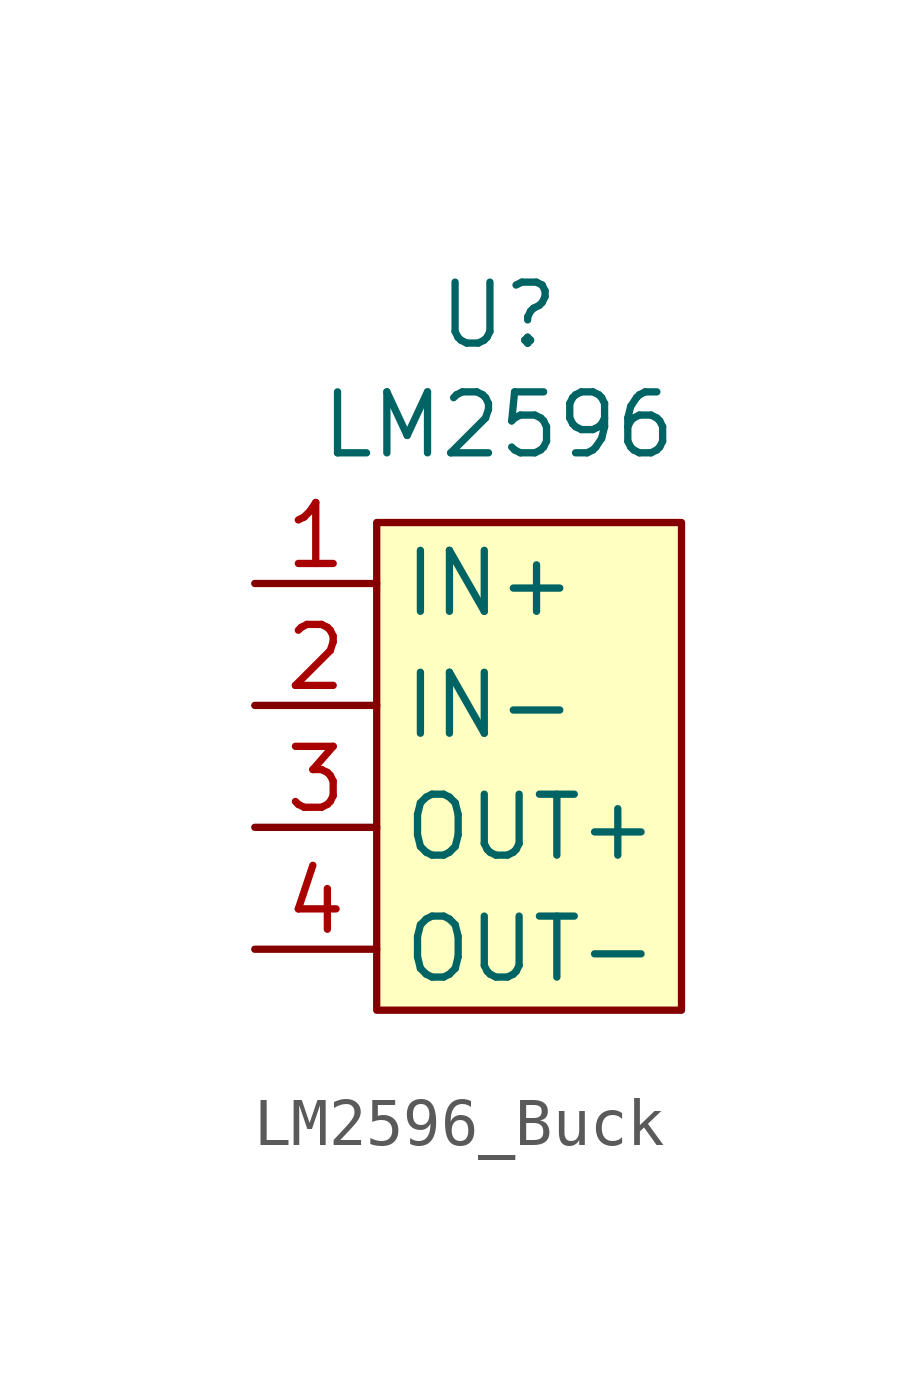
<source format=kicad_sym>
(kicad_symbol_lib
  (version 20241209)
  (generator "kicad_symbol_editor")
  (generator_version "9.0")
  (symbol "LM2596_Buck"
    (property "Reference" "U"
      (at 0 9.398 0)
      (effects (font (size 1.27 1.27))))
    (property "Value" "LM2596"
      (at 0 7.112 0)
      (effects (font (size 1.27 1.27))))
    (symbol "LM2596_Buck_1_1"
      (rectangle (start -2.54 5.08) (end 3.81 -5.08) (stroke (width 0) (type default)) (fill (type background)))
      (pin power_in line (at -5.08 3.81 0) (length 2.54) (name "IN+" (effects (font (size 1.27 1.27)))) (number "1" (effects (font (size 1.27 1.27)))))
      (pin power_in line (at -5.08 1.27 0) (length 2.54) (name "IN-" (effects (font (size 1.27 1.27)))) (number "2" (effects (font (size 1.27 1.27)))))
      (pin power_out line (at -5.08 -1.27 0) (length 2.54) (name "OUT+" (effects (font (size 1.27 1.27)))) (number "3" (effects (font (size 1.27 1.27)))))
      (pin power_out line (at -5.08 -3.81 0) (length 2.54) (name "OUT-" (effects (font (size 1.27 1.27)))) (number "4" (effects (font (size 1.27 1.27))))))))
</source>
